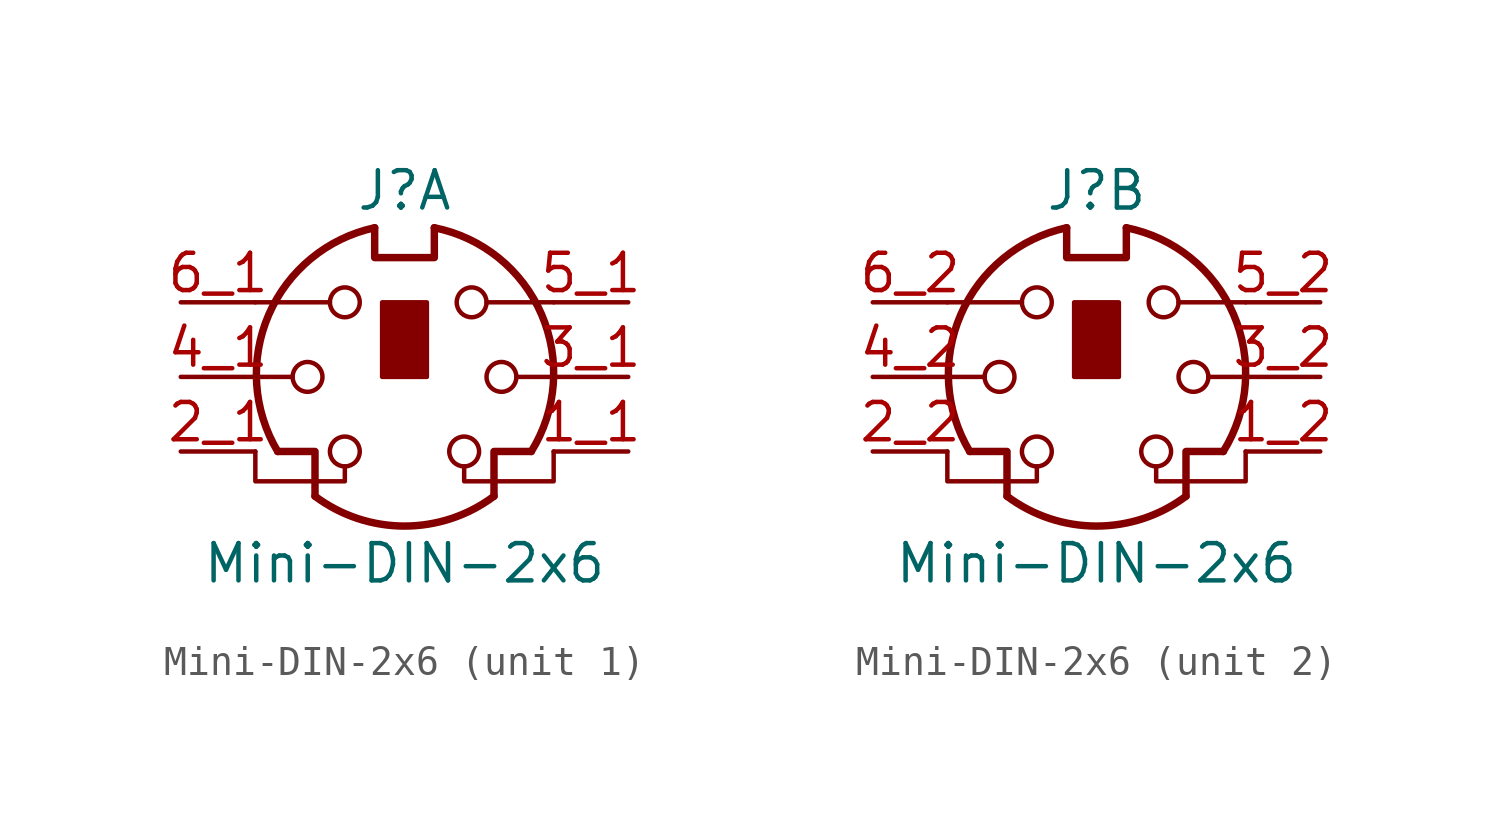
<source format=kicad_sym>
(kicad_symbol_lib
  (version 20231120)
  (generator "kicad_symbol_editor")
  (generator_version "8.0")
  (symbol "Mini-DIN-2x6"
    (pin_names
      (offset 1.016))
    (property "Reference" "J"
      (at 0 6.35 0)
      (effects (font (size 1.27 1.27))))
    (property "Value" "Mini-DIN-2x6"
      (at 0 -6.35 0)
      (effects (font (size 1.27 1.27))))
    (symbol "Mini-DIN-2x6_0_1"
      (circle (center -3.302 0) (radius 0.508) (stroke (width 0) (type default)) (fill (type none)))
      (arc (start -3.048 -4.064) (mid 0 -5.08) (end 3.048 -4.064) (stroke (width 0.254) (type default)) (fill (type none)))
      (circle (center -2.032 -2.54) (radius 0.508) (stroke (width 0) (type default)) (fill (type none)))
      (circle (center -2.032 2.54) (radius 0.508) (stroke (width 0) (type default)) (fill (type none)))
      (arc (start -1.016 5.08) (mid -4.6228 2.1214) (end -4.318 -2.54) (stroke (width 0.254) (type default)) (fill (type none)))
      (rectangle (start -0.762 2.54) (end 0.762 0) (stroke (width 0) (type default)) (fill (type outline)))
      (polyline (pts (xy -3.81 0) (xy -5.08 0)) (stroke (width 0) (type default)) (fill (type none)))
      (polyline (pts (xy -2.54 2.54) (xy -5.08 2.54)) (stroke (width 0) (type default)) (fill (type none)))
      (polyline (pts (xy 2.794 2.54) (xy 5.08 2.54)) (stroke (width 0) (type default)) (fill (type none)))
      (polyline (pts (xy 5.08 0) (xy 3.81 0)) (stroke (width 0) (type default)) (fill (type none)))
      (polyline (pts (xy -4.318 -2.54) (xy -3.048 -2.54) (xy -3.048 -4.064)) (stroke (width 0.254) (type default)) (fill (type none)))
      (polyline (pts (xy 4.318 -2.54) (xy 3.048 -2.54) (xy 3.048 -4.064)) (stroke (width 0.254) (type default)) (fill (type none)))
      (polyline (pts (xy -2.032 -3.048) (xy -2.032 -3.556) (xy -5.08 -3.556) (xy -5.08 -2.54)) (stroke (width 0) (type default)) (fill (type none)))
      (polyline (pts (xy -1.016 5.08) (xy -1.016 4.064) (xy 1.016 4.064) (xy 1.016 5.08)) (stroke (width 0.254) (type default)) (fill (type none)))
      (polyline (pts (xy 2.032 -3.048) (xy 2.032 -3.556) (xy 5.08 -3.556) (xy 5.08 -2.54)) (stroke (width 0) (type default)) (fill (type none)))
      (circle (center 2.032 -2.54) (radius 0.508) (stroke (width 0) (type default)) (fill (type none)))
      (circle (center 2.286 2.54) (radius 0.508) (stroke (width 0) (type default)) (fill (type none)))
      (circle (center 3.302 0) (radius 0.508) (stroke (width 0) (type default)) (fill (type none)))
      (arc (start 4.318 -2.54) (mid 4.6661 2.1322) (end 1.016 5.08) (stroke (width 0.254) (type default)) (fill (type none))))
    (symbol "Mini-DIN-2x6_1_1"
      (pin passive line (at 7.62 -2.54 180) (length 2.54) (name "~" (effects (font (size 1.27 1.27)))) (number "1_1" (effects (font (size 1.27 1.27)))))
      (pin passive line (at -7.62 -2.54 0) (length 2.54) (name "~" (effects (font (size 1.27 1.27)))) (number "2_1" (effects (font (size 1.27 1.27)))))
      (pin passive line (at 7.62 0 180) (length 2.54) (name "~" (effects (font (size 1.27 1.27)))) (number "3_1" (effects (font (size 1.27 1.27)))))
      (pin passive line (at -7.62 0 0) (length 2.54) (name "~" (effects (font (size 1.27 1.27)))) (number "4_1" (effects (font (size 1.27 1.27)))))
      (pin passive line (at 7.62 2.54 180) (length 2.54) (name "~" (effects (font (size 1.27 1.27)))) (number "5_1" (effects (font (size 1.27 1.27)))))
      (pin passive line (at -7.62 2.54 0) (length 2.54) (name "~" (effects (font (size 1.27 1.27)))) (number "6_1" (effects (font (size 1.27 1.27))))))
    (symbol "Mini-DIN-2x6_2_1"
      (pin passive line (at 7.62 -2.54 180) (length 2.54) (name "~" (effects (font (size 1.27 1.27)))) (number "1_2" (effects (font (size 1.27 1.27)))))
      (pin passive line (at -7.62 -2.54 0) (length 2.54) (name "~" (effects (font (size 1.27 1.27)))) (number "2_2" (effects (font (size 1.27 1.27)))))
      (pin passive line (at 7.62 0 180) (length 2.54) (name "~" (effects (font (size 1.27 1.27)))) (number "3_2" (effects (font (size 1.27 1.27)))))
      (pin passive line (at -7.62 0 0) (length 2.54) (name "~" (effects (font (size 1.27 1.27)))) (number "4_2" (effects (font (size 1.27 1.27)))))
      (pin passive line (at 7.62 2.54 180) (length 2.54) (name "~" (effects (font (size 1.27 1.27)))) (number "5_2" (effects (font (size 1.27 1.27)))))
      (pin passive line (at -7.62 2.54 0) (length 2.54) (name "~" (effects (font (size 1.27 1.27)))) (number "6_2" (effects (font (size 1.27 1.27))))))))
</source>
